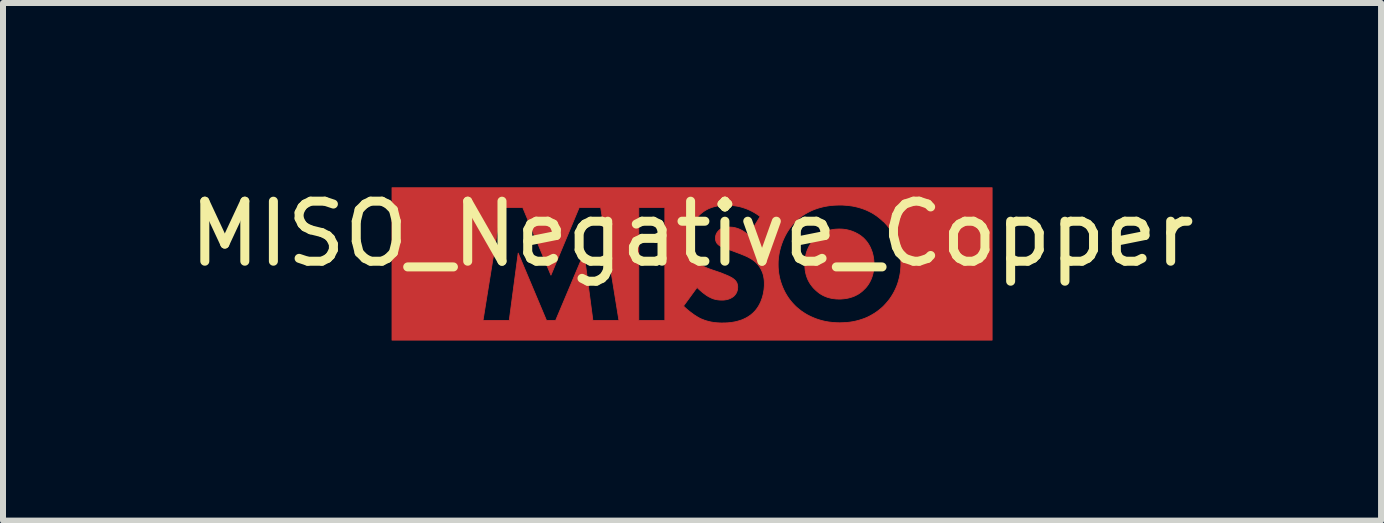
<source format=kicad_pcb>
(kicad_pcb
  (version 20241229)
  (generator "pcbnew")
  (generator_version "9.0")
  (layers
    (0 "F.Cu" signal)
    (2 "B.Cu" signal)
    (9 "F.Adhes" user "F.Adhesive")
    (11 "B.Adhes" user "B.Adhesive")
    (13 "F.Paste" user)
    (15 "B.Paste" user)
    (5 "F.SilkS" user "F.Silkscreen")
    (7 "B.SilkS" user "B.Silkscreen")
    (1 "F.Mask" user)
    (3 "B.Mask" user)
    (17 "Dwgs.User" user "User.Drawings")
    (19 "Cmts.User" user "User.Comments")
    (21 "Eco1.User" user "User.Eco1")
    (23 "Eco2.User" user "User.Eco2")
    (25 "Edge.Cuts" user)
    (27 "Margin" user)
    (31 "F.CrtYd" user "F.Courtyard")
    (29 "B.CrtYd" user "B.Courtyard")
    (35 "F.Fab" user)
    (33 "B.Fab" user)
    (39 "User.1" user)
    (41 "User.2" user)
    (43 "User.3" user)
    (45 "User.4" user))
  (footprint "MISO_Negative_Copper"
    (layer "F.Cu")
    (at 8.482 1.348)
    (property "Reference" "MISO_Negative_Copper" (at 0 -0.5 0) (unlocked yes) (layer "F.SilkS") (effects (font (size 1 1) (thickness 0.15))))
    (fp_poly (pts (xy 2.486 -0.581) (xy 2.518 -0.579) (xy 2.549 -0.575) (xy 2.579 -0.57) (xy 2.609 -0.563) (xy 2.638 -0.555) (xy 2.666 -0.546) (xy 2.693 -0.535) (xy 2.719 -0.524) (xy 2.744 -0.511) (xy 2.768 -0.498) (xy 2.791 -0.484) (xy 2.813 -0.469) (xy 2.833 -0.453) (xy 2.853 -0.437) (xy 2.87 -0.42) (xy 2.886 -0.403) (xy 2.902 -0.385) (xy 2.917 -0.366) (xy 2.932 -0.345) (xy 2.946 -0.323) (xy 2.959 -0.3) (xy 2.972 -0.275) (xy 2.983 -0.249) (xy 2.994 -0.222) (xy 3.004 -0.193) (xy 3.012 -0.164) (xy 3.019 -0.133) (xy 3.025 -0.1) (xy 3.029 -0.067) (xy 3.032 -0.032) (xy 3.033 0.004) (xy 3.032 0.023) (xy 3.032 0.043) (xy 3.031 0.062) (xy 3.029 0.08) (xy 3.027 0.099) (xy 3.024 0.116) (xy 3.021 0.133) (xy 3.018 0.15) (xy 3.014 0.166) (xy 3.01 0.182) (xy 3.006 0.197) (xy 3.001 0.212) (xy 2.991 0.241) (xy 2.979 0.268) (xy 2.967 0.293) (xy 2.954 0.316) (xy 2.941 0.338) (xy 2.927 0.358) (xy 2.913 0.377) (xy 2.899 0.394) (xy 2.885 0.409) (xy 2.87 0.423) (xy 2.853 0.44) (xy 2.835 0.457) (xy 2.816 0.472) (xy 2.795 0.487) (xy 2.773 0.502) (xy 2.75 0.515) (xy 2.726 0.527) (xy 2.701 0.539) (xy 2.674 0.549) (xy 2.646 0.558) (xy 2.617 0.566) (xy 2.587 0.573) (xy 2.556 0.578) (xy 2.523 0.582) (xy 2.489 0.585) (xy 2.454 0.586) (xy 2.427 0.585) (xy 2.4 0.584) (xy 2.374 0.581) (xy 2.347 0.578) (xy 2.321 0.573) (xy 2.295 0.567) (xy 2.269 0.56) (xy 2.244 0.552) (xy 2.219 0.542) (xy 2.194 0.531) (xy 2.169 0.518) (xy 2.145 0.504) (xy 2.121 0.488) (xy 2.098 0.47) (xy 2.075 0.451) (xy 2.052 0.43) (xy 2.031 0.409) (xy 2.011 0.387) (xy 1.993 0.364) (xy 1.976 0.341) (xy 1.96 0.317) (xy 1.946 0.292) (xy 1.933 0.267) (xy 1.922 0.241) (xy 1.912 0.215) (xy 1.903 0.187) (xy 1.896 0.159) (xy 1.89 0.13) (xy 1.885 0.101) (xy 1.882 0.07) (xy 1.88 0.039) (xy 1.879 0.007) (xy 1.879 -0.012) (xy 1.88 -0.031) (xy 1.881 -0.05) (xy 1.883 -0.068) (xy 1.885 -0.086) (xy 1.888 -0.103) (xy 1.89 -0.12) (xy 1.894 -0.137) (xy 1.901 -0.169) (xy 1.91 -0.199) (xy 1.92 -0.228) (xy 1.932 -0.255) (xy 1.944 -0.281) (xy 1.957 -0.306) (xy 1.971 -0.328) (xy 1.985 -0.35) (xy 2 -0.369) (xy 2.015 -0.388) (xy 2.03 -0.405) (xy 2.045 -0.42) (xy 2.041 -0.42) (xy 2.061 -0.438) (xy 2.081 -0.456) (xy 2.103 -0.473) (xy 2.125 -0.488) (xy 2.148 -0.503) (xy 2.171 -0.516) (xy 2.196 -0.528) (xy 2.221 -0.539) (xy 2.248 -0.549) (xy 2.275 -0.558) (xy 2.302 -0.565) (xy 2.331 -0.571) (xy 2.361 -0.576) (xy 2.391 -0.579) (xy 2.422 -0.581) (xy 2.454 -0.582)) (stroke (width 0.013) (type solid)) (fill yes) (layer "F.Cu"))
    (fp_poly (pts (xy 5.001 1.27) (xy -5 1.27) (xy -5 0.942) (xy -3.483 0.942) (xy -3.046 0.942) (xy -2.897 -0.18) (xy -2.425 0.942) (xy -2.273 0.942) (xy -1.8 -0.18) (xy -1.652 0.942) (xy -1.218 0.942) (xy -0.887 0.942) (xy -0.453 0.942) (xy -0.453 0.702) (xy -0.142 0.702) (xy -0.114 0.729) (xy -0.083 0.757) (xy -0.049 0.785) (xy -0.014 0.812) (xy 0.023 0.839) (xy 0.041 0.852) (xy 0.06 0.864) (xy 0.078 0.875) (xy 0.097 0.887) (xy 0.115 0.897) (xy 0.133 0.907) (xy 0.155 0.917) (xy 0.178 0.926) (xy 0.2 0.935) (xy 0.223 0.943) (xy 0.246 0.95) (xy 0.269 0.956) (xy 0.292 0.962) (xy 0.315 0.967) (xy 0.338 0.971) (xy 0.361 0.975) (xy 0.385 0.978) (xy 0.409 0.98) (xy 0.433 0.982) (xy 0.457 0.983) (xy 0.482 0.984) (xy 0.507 0.984) (xy 0.558 0.983) (xy 0.588 0.982) (xy 0.619 0.979) (xy 0.652 0.976) (xy 0.686 0.97) (xy 0.721 0.964) (xy 0.757 0.955) (xy 0.794 0.944) (xy 0.831 0.932) (xy 0.867 0.916) (xy 0.904 0.898) (xy 0.939 0.877) (xy 0.957 0.865) (xy 0.974 0.853) (xy 0.991 0.839) (xy 1.008 0.825) (xy 1.024 0.81) (xy 1.04 0.794) (xy 1.058 0.774) (xy 1.075 0.752) (xy 1.092 0.729) (xy 1.107 0.705) (xy 1.122 0.679) (xy 1.135 0.653) (xy 1.148 0.625) (xy 1.159 0.595) (xy 1.17 0.565) (xy 1.179 0.534) (xy 1.187 0.501) (xy 1.193 0.468) (xy 1.199 0.434) (xy 1.202 0.4) (xy 1.205 0.364) (xy 1.205 0.328) (xy 1.205 0.307) (xy 1.204 0.286) (xy 1.202 0.264) (xy 1.199 0.242) (xy 1.195 0.22) (xy 1.191 0.197) (xy 1.185 0.175) (xy 1.178 0.152) (xy 1.169 0.13) (xy 1.159 0.107) (xy 1.148 0.085) (xy 1.135 0.063) (xy 1.121 0.041) (xy 1.105 0.02) (xy 1.094 0.007) (xy 1.435 0.007) (xy 1.436 0.058) (xy 1.44 0.109) (xy 1.446 0.159) (xy 1.455 0.208) (xy 1.466 0.257) (xy 1.48 0.304) (xy 1.496 0.351) (xy 1.514 0.396) (xy 1.534 0.44) (xy 1.556 0.483) (xy 1.58 0.524) (xy 1.606 0.564) (xy 1.634 0.602) (xy 1.663 0.638) (xy 1.695 0.673) (xy 1.727 0.706) (xy 1.755 0.731) (xy 1.785 0.756) (xy 1.817 0.781) (xy 1.852 0.805) (xy 1.889 0.829) (xy 1.929 0.852) (xy 1.971 0.873) (xy 2.015 0.893) (xy 2.062 0.912) (xy 2.111 0.929) (xy 2.163 0.944) (xy 2.218 0.957) (xy 2.275 0.967) (xy 2.334 0.974) (xy 2.396 0.979) (xy 2.461 0.981) (xy 2.519 0.979) (xy 2.575 0.976) (xy 2.63 0.97) (xy 2.682 0.962) (xy 2.733 0.951) (xy 2.783 0.938) (xy 2.83 0.923) (xy 2.876 0.907) (xy 2.921 0.888) (xy 2.963 0.867) (xy 3.004 0.844) (xy 3.044 0.82) (xy 3.082 0.794) (xy 3.119 0.766) (xy 3.154 0.737) (xy 3.188 0.706) (xy 3.224 0.668) (xy 3.258 0.629) (xy 3.29 0.589) (xy 3.319 0.547) (xy 3.345 0.505) (xy 3.369 0.462) (xy 3.391 0.417) (xy 3.41 0.373) (xy 3.427 0.327) (xy 3.441 0.281) (xy 3.453 0.235) (xy 3.463 0.188) (xy 3.471 0.141) (xy 3.476 0.094) (xy 3.48 0.047) (xy 3.481 0) (xy 3.479 -0.054) (xy 3.475 -0.106) (xy 3.469 -0.158) (xy 3.46 -0.209) (xy 3.448 -0.258) (xy 3.435 -0.306) (xy 3.419 -0.353) (xy 3.401 -0.398) (xy 3.38 -0.442) (xy 3.358 -0.485) (xy 3.334 -0.526) (xy 3.308 -0.566) (xy 3.28 -0.604) (xy 3.251 -0.641) (xy 3.22 -0.676) (xy 3.188 -0.709) (xy 3.188 -0.706) (xy 3.152 -0.739) (xy 3.115 -0.77) (xy 3.077 -0.799) (xy 3.037 -0.826) (xy 2.996 -0.851) (xy 2.953 -0.873) (xy 2.909 -0.894) (xy 2.864 -0.912) (xy 2.818 -0.928) (xy 2.771 -0.942) (xy 2.722 -0.954) (xy 2.672 -0.964) (xy 2.621 -0.971) (xy 2.569 -0.976) (xy 2.516 -0.98) (xy 2.461 -0.981) (xy 2.426 -0.98) (xy 2.392 -0.979) (xy 2.359 -0.977) (xy 2.326 -0.974) (xy 2.295 -0.971) (xy 2.264 -0.966) (xy 2.234 -0.961) (xy 2.205 -0.956) (xy 2.176 -0.949) (xy 2.149 -0.942) (xy 2.122 -0.935) (xy 2.096 -0.927) (xy 2.046 -0.91) (xy 1.999 -0.891) (xy 1.955 -0.87) (xy 1.914 -0.848) (xy 1.875 -0.826) (xy 1.84 -0.802) (xy 1.807 -0.778) (xy 1.777 -0.754) (xy 1.749 -0.73) (xy 1.724 -0.706) (xy 1.693 -0.673) (xy 1.663 -0.638) (xy 1.634 -0.6) (xy 1.607 -0.561) (xy 1.582 -0.521) (xy 1.558 -0.478) (xy 1.536 -0.434) (xy 1.516 -0.389) (xy 1.498 -0.342) (xy 1.482 -0.295) (xy 1.468 -0.246) (xy 1.456 -0.197) (xy 1.447 -0.146) (xy 1.44 -0.096) (xy 1.436 -0.044) (xy 1.435 0.007) (xy 1.094 0.007) (xy 1.087 -0.001) (xy 1.068 -0.021) (xy 1.054 -0.034) (xy 1.039 -0.046) (xy 1.023 -0.058) (xy 1.008 -0.069) (xy 0.992 -0.08) (xy 0.975 -0.09) (xy 0.958 -0.099) (xy 0.942 -0.108) (xy 0.925 -0.117) (xy 0.908 -0.125) (xy 0.874 -0.14) (xy 0.842 -0.153) (xy 0.81 -0.166) (xy 0.669 -0.219) (xy 0.585 -0.249) (xy 0.551 -0.261) (xy 0.535 -0.267) (xy 0.521 -0.273) (xy 0.507 -0.279) (xy 0.494 -0.285) (xy 0.482 -0.29) (xy 0.471 -0.297) (xy 0.461 -0.303) (xy 0.451 -0.31) (xy 0.442 -0.317) (xy 0.433 -0.325) (xy 0.428 -0.33) (xy 0.423 -0.335) (xy 0.418 -0.341) (xy 0.414 -0.347) (xy 0.41 -0.352) (xy 0.407 -0.358) (xy 0.404 -0.365) (xy 0.401 -0.371) (xy 0.399 -0.377) (xy 0.396 -0.384) (xy 0.395 -0.391) (xy 0.393 -0.398) (xy 0.392 -0.406) (xy 0.391 -0.414) (xy 0.391 -0.422) (xy 0.39 -0.43) (xy 0.391 -0.44) (xy 0.391 -0.449) (xy 0.393 -0.457) (xy 0.394 -0.466) (xy 0.396 -0.474) (xy 0.399 -0.483) (xy 0.401 -0.491) (xy 0.405 -0.498) (xy 0.408 -0.506) (xy 0.412 -0.513) (xy 0.416 -0.52) (xy 0.42 -0.527) (xy 0.425 -0.533) (xy 0.43 -0.539) (xy 0.435 -0.545) (xy 0.44 -0.55) (xy 0.445 -0.555) (xy 0.449 -0.56) (xy 0.454 -0.565) (xy 0.459 -0.569) (xy 0.47 -0.577) (xy 0.481 -0.584) (xy 0.492 -0.59) (xy 0.504 -0.595) (xy 0.516 -0.6) (xy 0.528 -0.603) (xy 0.54 -0.606) (xy 0.552 -0.609) (xy 0.564 -0.61) (xy 0.576 -0.612) (xy 0.588 -0.613) (xy 0.6 -0.613) (xy 0.623 -0.614) (xy 0.647 -0.613) (xy 0.661 -0.612) (xy 0.677 -0.611) (xy 0.694 -0.608) (xy 0.711 -0.605) (xy 0.73 -0.6) (xy 0.75 -0.594) (xy 0.771 -0.587) (xy 0.793 -0.578) (xy 0.816 -0.567) (xy 0.84 -0.554) (xy 0.864 -0.539) (xy 0.889 -0.522) (xy 0.915 -0.502) (xy 0.941 -0.48) (xy 0.941 -0.473) (xy 1.135 -0.79) (xy 1.094 -0.82) (xy 1.053 -0.846) (xy 1.013 -0.869) (xy 0.974 -0.889) (xy 0.935 -0.907) (xy 0.897 -0.922) (xy 0.859 -0.935) (xy 0.823 -0.946) (xy 0.788 -0.955) (xy 0.753 -0.962) (xy 0.72 -0.967) (xy 0.689 -0.971) (xy 0.659 -0.974) (xy 0.63 -0.976) (xy 0.577 -0.977) (xy 0.545 -0.977) (xy 0.512 -0.975) (xy 0.48 -0.973) (xy 0.449 -0.969) (xy 0.418 -0.964) (xy 0.388 -0.958) (xy 0.358 -0.95) (xy 0.329 -0.941) (xy 0.3 -0.93) (xy 0.271 -0.918) (xy 0.244 -0.904) (xy 0.216 -0.888) (xy 0.189 -0.87) (xy 0.163 -0.85) (xy 0.137 -0.828) (xy 0.112 -0.804) (xy 0.091 -0.782) (xy 0.072 -0.76) (xy 0.055 -0.736) (xy 0.039 -0.712) (xy 0.024 -0.688) (xy 0.011 -0.663) (xy -0.001 -0.637) (xy -0.012 -0.611) (xy -0.021 -0.584) (xy -0.029 -0.557) (xy -0.036 -0.529) (xy -0.041 -0.501) (xy -0.045 -0.472) (xy -0.048 -0.442) (xy -0.05 -0.412) (xy -0.051 -0.381) (xy -0.05 -0.345) (xy -0.049 -0.326) (xy -0.047 -0.306) (xy -0.044 -0.286) (xy -0.041 -0.265) (xy -0.037 -0.244) (xy -0.031 -0.222) (xy -0.025 -0.201) (xy -0.017 -0.179) (xy -0.008 -0.157) (xy 0.003 -0.136) (xy 0.015 -0.115) (xy 0.029 -0.094) (xy 0.045 -0.073) (xy 0.062 -0.053) (xy 0.076 -0.039) (xy 0.09 -0.026) (xy 0.105 -0.013) (xy 0.121 -0.001) (xy 0.136 0.009) (xy 0.153 0.02) (xy 0.169 0.029) (xy 0.186 0.038) (xy 0.203 0.047) (xy 0.221 0.055) (xy 0.255 0.07) (xy 0.29 0.083) (xy 0.323 0.095) (xy 0.479 0.148) (xy 0.528 0.168) (xy 0.558 0.18) (xy 0.589 0.193) (xy 0.62 0.207) (xy 0.635 0.215) (xy 0.65 0.223) (xy 0.663 0.23) (xy 0.676 0.238) (xy 0.687 0.246) (xy 0.697 0.254) (xy 0.704 0.26) (xy 0.711 0.266) (xy 0.718 0.273) (xy 0.724 0.279) (xy 0.729 0.286) (xy 0.735 0.294) (xy 0.739 0.301) (xy 0.744 0.309) (xy 0.748 0.317) (xy 0.751 0.326) (xy 0.754 0.335) (xy 0.756 0.345) (xy 0.758 0.355) (xy 0.76 0.365) (xy 0.761 0.376) (xy 0.761 0.388) (xy 0.761 0.395) (xy 0.76 0.401) (xy 0.76 0.407) (xy 0.759 0.414) (xy 0.759 0.42) (xy 0.758 0.426) (xy 0.757 0.431) (xy 0.755 0.437) (xy 0.754 0.443) (xy 0.752 0.448) (xy 0.749 0.459) (xy 0.745 0.469) (xy 0.741 0.478) (xy 0.736 0.488) (xy 0.731 0.496) (xy 0.725 0.505) (xy 0.719 0.513) (xy 0.713 0.52) (xy 0.707 0.527) (xy 0.7 0.534) (xy 0.694 0.54) (xy 0.682 0.549) (xy 0.669 0.558) (xy 0.657 0.565) (xy 0.644 0.572) (xy 0.631 0.578) (xy 0.618 0.583) (xy 0.605 0.588) (xy 0.592 0.591) (xy 0.58 0.595) (xy 0.567 0.597) (xy 0.554 0.599) (xy 0.542 0.601) (xy 0.53 0.602) (xy 0.518 0.603) (xy 0.507 0.603) (xy 0.496 0.603) (xy 0.48 0.603) (xy 0.464 0.602) (xy 0.448 0.601) (xy 0.433 0.599) (xy 0.417 0.597) (xy 0.402 0.594) (xy 0.387 0.591) (xy 0.373 0.587) (xy 0.358 0.583) (xy 0.344 0.578) (xy 0.33 0.572) (xy 0.316 0.566) (xy 0.302 0.559) (xy 0.288 0.552) (xy 0.274 0.545) (xy 0.26 0.536) (xy 0.25 0.53) (xy 0.239 0.523) (xy 0.228 0.515) (xy 0.217 0.507) (xy 0.194 0.49) (xy 0.17 0.471) (xy 0.147 0.451) (xy 0.124 0.431) (xy 0.103 0.411) (xy 0.084 0.392) (xy -0.142 0.702) (xy -0.453 0.702) (xy -0.453 -0.938) (xy -0.887 -0.938) (xy -0.887 0.942) (xy -1.218 0.942) (xy -1.522 -0.938) (xy -1.881 -0.938) (xy -2.351 0.187) (xy -2.82 -0.938) (xy -3.18 -0.938) (xy -3.483 0.942) (xy -5 0.942) (xy -5 -1.27) (xy 5.001 -1.27)) (stroke (width 0.013) (type solid)) (fill yes) (layer "F.Cu")))
  (gr_rect
    (start -3 -3)
    (end 19.964 5.625)
    (stroke (width 0.1) (type default))
    (fill no)
    (layer "Edge.Cuts")))
</source>
